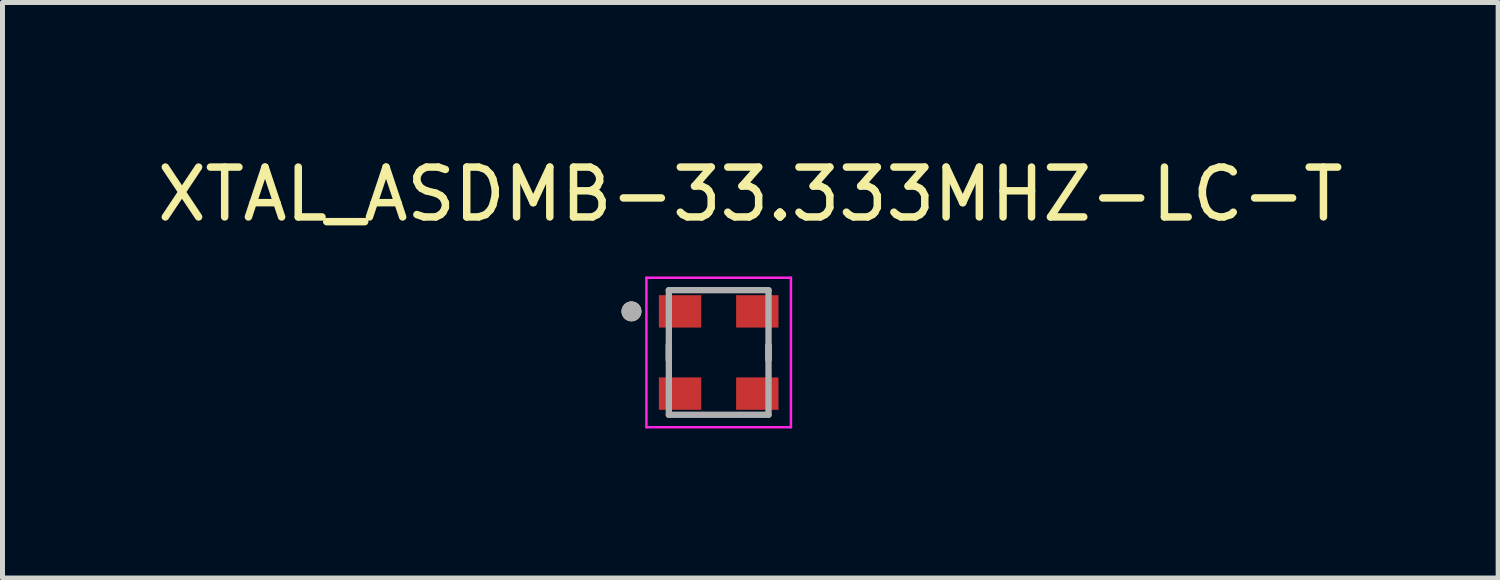
<source format=kicad_pcb>
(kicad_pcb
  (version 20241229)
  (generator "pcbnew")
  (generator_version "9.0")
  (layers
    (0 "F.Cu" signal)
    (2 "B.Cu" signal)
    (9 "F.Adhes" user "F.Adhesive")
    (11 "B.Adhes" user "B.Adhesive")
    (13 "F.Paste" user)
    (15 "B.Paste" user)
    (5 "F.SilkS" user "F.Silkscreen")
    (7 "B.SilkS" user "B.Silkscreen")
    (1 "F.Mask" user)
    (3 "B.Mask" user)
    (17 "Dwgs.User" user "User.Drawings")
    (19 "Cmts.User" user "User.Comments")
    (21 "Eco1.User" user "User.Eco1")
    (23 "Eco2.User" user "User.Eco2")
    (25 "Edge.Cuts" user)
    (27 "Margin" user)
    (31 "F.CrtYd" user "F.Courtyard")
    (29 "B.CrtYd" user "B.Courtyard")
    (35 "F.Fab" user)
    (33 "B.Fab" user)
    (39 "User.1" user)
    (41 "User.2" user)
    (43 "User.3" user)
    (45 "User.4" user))
  (footprint "XTAL_ASDMB-33.333MHZ-LC-T"
    (layer "F.Cu")
    (at 11.371 4.023)
    (property "Reference" "XTAL_ASDMB-33.333MHZ-LC-T" (at 0.635 -3.175 0) (layer "F.SilkS") (effects (font (size 1 1) (thickness 0.15))))
    (attr smd)
    (fp_line (start -1 -0.15) (end -1 0.15) (stroke (width 0.127) (type solid)) (layer "F.SilkS"))
    (fp_line (start 1 0.15) (end 1 -0.15) (stroke (width 0.127) (type solid)) (layer "F.SilkS"))
    (fp_circle (center -1.75 -0.825) (end -1.65 -0.825) (stroke (width 0.2) (type solid)) (fill no) (layer "F.SilkS"))
    (fp_line (start -1.45 -1.5) (end 1.45 -1.5) (stroke (width 0.05) (type solid)) (layer "F.CrtYd"))
    (fp_line (start -1.45 1.5) (end -1.45 -1.5) (stroke (width 0.05) (type solid)) (layer "F.CrtYd"))
    (fp_line (start 1.45 -1.5) (end 1.45 1.5) (stroke (width 0.05) (type solid)) (layer "F.CrtYd"))
    (fp_line (start 1.45 1.5) (end -1.45 1.5) (stroke (width 0.05) (type solid)) (layer "F.CrtYd"))
    (fp_line (start -1 -1.25) (end 1 -1.25) (stroke (width 0.127) (type solid)) (layer "F.Fab"))
    (fp_line (start -1 1.25) (end -1 -1.25) (stroke (width 0.127) (type solid)) (layer "F.Fab"))
    (fp_line (start 1 -1.25) (end 1 1.25) (stroke (width 0.127) (type solid)) (layer "F.Fab"))
    (fp_line (start 1 1.25) (end -1 1.25) (stroke (width 0.127) (type solid)) (layer "F.Fab"))
    (fp_circle (center -1.75 -0.825) (end -1.65 -0.825) (stroke (width 0.2) (type solid)) (fill no) (layer "F.Fab"))
    (pad "1" smd rect (at -0.775 -0.825) (size 0.85 0.65) (layers "F.Cu" "F.Mask" "F.Paste"))
    (pad "2" smd rect (at -0.775 0.825) (size 0.85 0.65) (layers "F.Cu" "F.Mask" "F.Paste"))
    (pad "3" smd rect (at 0.775 0.825) (size 0.85 0.65) (layers "F.Cu" "F.Mask" "F.Paste"))
    (pad "4" smd rect (at 0.775 -0.825) (size 0.85 0.65) (layers "F.Cu" "F.Mask" "F.Paste")))
  (gr_rect
    (start -3 -3)
    (end 27.012 8.548)
    (stroke (width 0.1) (type default))
    (fill no)
    (layer "Edge.Cuts")))
</source>
